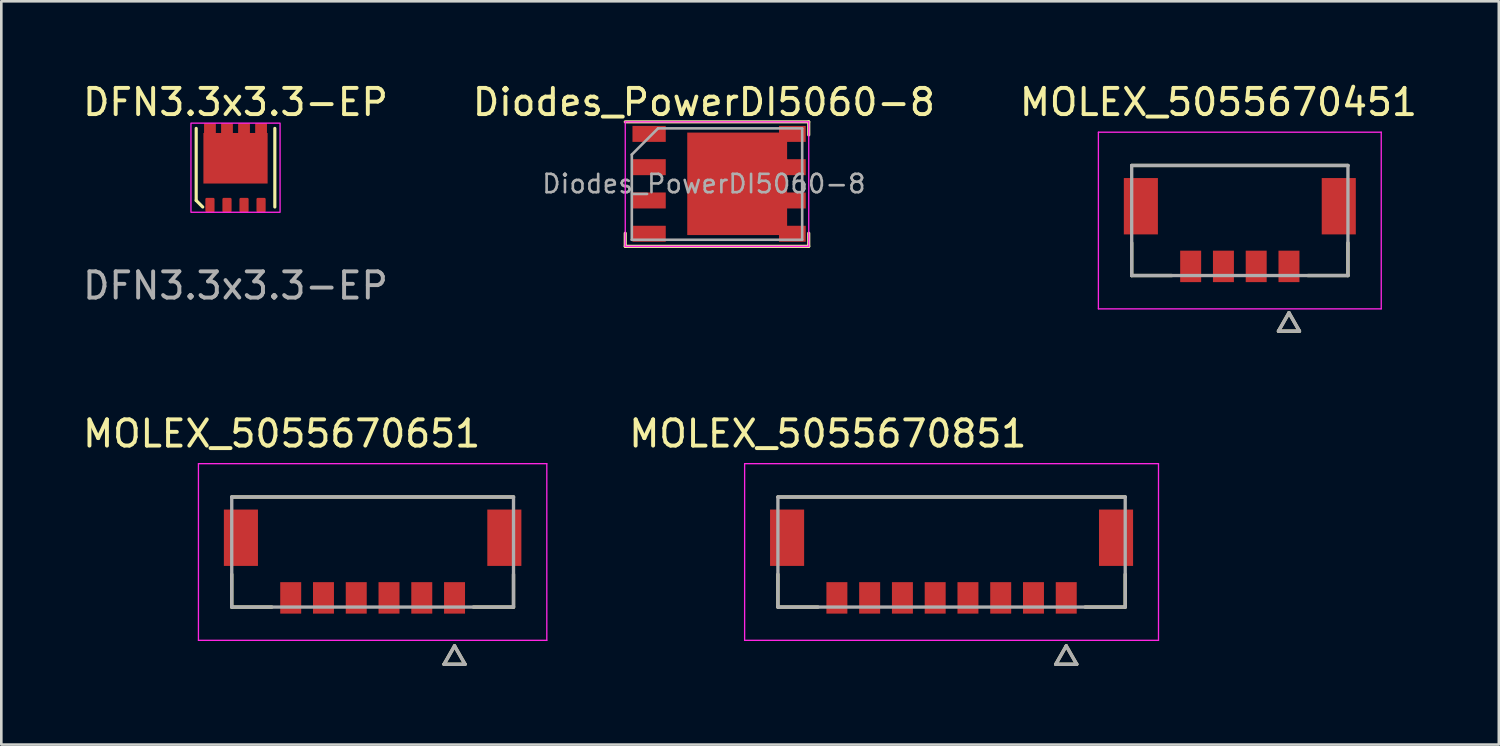
<source format=kicad_pcb>
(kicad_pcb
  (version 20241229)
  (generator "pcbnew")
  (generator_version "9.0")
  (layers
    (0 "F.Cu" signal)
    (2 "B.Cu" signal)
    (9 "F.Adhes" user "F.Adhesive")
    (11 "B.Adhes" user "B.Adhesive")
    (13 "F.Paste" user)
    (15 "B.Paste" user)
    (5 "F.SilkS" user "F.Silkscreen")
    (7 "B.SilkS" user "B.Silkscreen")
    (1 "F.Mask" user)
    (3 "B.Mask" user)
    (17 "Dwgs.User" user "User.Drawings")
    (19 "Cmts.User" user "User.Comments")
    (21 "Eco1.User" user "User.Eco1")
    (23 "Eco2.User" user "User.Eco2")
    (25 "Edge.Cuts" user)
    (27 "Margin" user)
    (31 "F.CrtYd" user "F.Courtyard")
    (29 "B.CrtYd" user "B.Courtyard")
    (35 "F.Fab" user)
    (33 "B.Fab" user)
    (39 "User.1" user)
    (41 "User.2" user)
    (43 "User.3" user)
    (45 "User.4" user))
  (footprint "MOLEX_5055670851"
    (layer "F.Cu")
    (at 33.253 18.01)
    (property "Reference" "MOLEX_5055670851" (at -4.72 -4.515 0) (layer "F.SilkS") (effects (font (size 1 1) (thickness 0.15))))
    (attr through_hole)
    (fp_poly (pts (xy -7.001 -1.696) (xy -5.549 -1.696) (xy -5.549 0.606) (xy -7.001 0.606)) (stroke (width 0.01) (type solid)) (fill yes) (layer "F.Mask"))
    (fp_poly (pts (xy -4.851 1.074) (xy -3.899 1.074) (xy -3.899 2.426) (xy -4.851 2.426)) (stroke (width 0.01) (type solid)) (fill yes) (layer "F.Mask"))
    (fp_poly (pts (xy -3.601 1.074) (xy -2.649 1.074) (xy -2.649 2.426) (xy -3.601 2.426)) (stroke (width 0.01) (type solid)) (fill yes) (layer "F.Mask"))
    (fp_poly (pts (xy -2.351 1.074) (xy -1.399 1.074) (xy -1.399 2.426) (xy -2.351 2.426)) (stroke (width 0.01) (type solid)) (fill yes) (layer "F.Mask"))
    (fp_poly (pts (xy -1.101 1.074) (xy -0.149 1.074) (xy -0.149 2.426) (xy -1.101 2.426)) (stroke (width 0.01) (type solid)) (fill yes) (layer "F.Mask"))
    (fp_poly (pts (xy 0.149 1.074) (xy 1.101 1.074) (xy 1.101 2.426) (xy 0.149 2.426)) (stroke (width 0.01) (type solid)) (fill yes) (layer "F.Mask"))
    (fp_poly (pts (xy 1.399 1.074) (xy 2.351 1.074) (xy 2.351 2.426) (xy 1.399 2.426)) (stroke (width 0.01) (type solid)) (fill yes) (layer "F.Mask"))
    (fp_poly (pts (xy 2.649 1.074) (xy 3.601 1.074) (xy 3.601 2.426) (xy 2.649 2.426)) (stroke (width 0.01) (type solid)) (fill yes) (layer "F.Mask"))
    (fp_poly (pts (xy 3.899 1.074) (xy 4.851 1.074) (xy 4.851 2.426) (xy 3.899 2.426)) (stroke (width 0.01) (type solid)) (fill yes) (layer "F.Mask"))
    (fp_poly (pts (xy 5.549 -1.696) (xy 7.001 -1.696) (xy 7.001 0.606) (xy 5.549 0.606)) (stroke (width 0.01) (type solid)) (fill yes) (layer "F.Mask"))
    (fp_line (start -6.625 2.1) (end -6.625 0.85) (stroke (width 0.127) (type solid)) (layer "F.SilkS"))
    (fp_line (start -5.095 2.1) (end -6.625 2.1) (stroke (width 0.127) (type solid)) (layer "F.SilkS"))
    (fp_line (start 3.975 4.282) (end 4.775 4.282) (stroke (width 0.127) (type solid)) (layer "F.SilkS"))
    (fp_line (start 4.375 3.582) (end 3.975 4.282) (stroke (width 0.127) (type solid)) (layer "F.SilkS"))
    (fp_line (start 4.775 4.282) (end 4.375 3.582) (stroke (width 0.127) (type solid)) (layer "F.SilkS"))
    (fp_line (start 6.625 -2.1) (end -6.625 -2.1) (stroke (width 0.127) (type solid)) (layer "F.SilkS"))
    (fp_line (start 6.625 0.85) (end 6.625 2.1) (stroke (width 0.127) (type solid)) (layer "F.SilkS"))
    (fp_line (start 6.625 2.1) (end 5.095 2.1) (stroke (width 0.127) (type solid)) (layer "F.SilkS"))
    (fp_line (start -7.895 -3.37) (end 7.895 -3.37) (stroke (width 0.05) (type solid)) (layer "F.CrtYd"))
    (fp_line (start -7.895 3.37) (end -7.895 -3.37) (stroke (width 0.05) (type solid)) (layer "F.CrtYd"))
    (fp_line (start -7.895 3.37) (end 7.895 3.37) (stroke (width 0.05) (type solid)) (layer "F.CrtYd"))
    (fp_line (start 7.895 -3.37) (end 7.895 3.37) (stroke (width 0.05) (type solid)) (layer "F.CrtYd"))
    (fp_line (start -6.625 -2.1) (end 6.625 -2.1) (stroke (width 0.127) (type solid)) (layer "F.Fab"))
    (fp_line (start -6.625 2.1) (end -6.625 -2.1) (stroke (width 0.127) (type solid)) (layer "F.Fab"))
    (fp_line (start 3.975 4.282) (end 4.775 4.282) (stroke (width 0.127) (type solid)) (layer "F.Fab"))
    (fp_line (start 4.375 3.582) (end 3.975 4.282) (stroke (width 0.127) (type solid)) (layer "F.Fab"))
    (fp_line (start 4.775 4.282) (end 4.375 3.582) (stroke (width 0.127) (type solid)) (layer "F.Fab"))
    (fp_line (start 6.625 -2.1) (end 6.625 2.1) (stroke (width 0.127) (type solid)) (layer "F.Fab"))
    (fp_line (start 6.625 2.1) (end -6.625 2.1) (stroke (width 0.127) (type solid)) (layer "F.Fab"))
    (pad "1" smd rect (at 4.375 1.75) (size 0.8 1.2) (layers "F.Cu" "F.Paste"))
    (pad "2" smd rect (at 3.125 1.75) (size 0.8 1.2) (layers "F.Cu" "F.Paste"))
    (pad "3" smd rect (at 1.875 1.75) (size 0.8 1.2) (layers "F.Cu" "F.Paste"))
    (pad "4" smd rect (at 0.625 1.75) (size 0.8 1.2) (layers "F.Cu" "F.Paste"))
    (pad "5" smd rect (at -0.625 1.75) (size 0.8 1.2) (layers "F.Cu" "F.Paste"))
    (pad "6" smd rect (at -1.875 1.75) (size 0.8 1.2) (layers "F.Cu" "F.Paste"))
    (pad "7" smd rect (at -3.125 1.75) (size 0.8 1.2) (layers "F.Cu" "F.Paste"))
    (pad "8" smd rect (at -4.375 1.75) (size 0.8 1.2) (layers "F.Cu" "F.Paste"))
    (pad "MP" smd rect (at -6.275 -0.545) (size 1.3 2.15) (layers "F.Cu" "F.Paste"))
    (pad "MP" smd rect (at 6.275 -0.545) (size 1.3 2.15) (layers "F.Cu" "F.Paste"))
    (zone (net_name "") (layer "F.Cu") (hatch full 0.508) (connect_pads) (min_thickness 0.01) (filled_areas_thickness no) (keepout (tracks not_allowed) (vias not_allowed) (pads not_allowed) (copperpour not_allowed) (footprints allowed)) (placement (enabled no)) (fill) (polygon (pts (xy 28.478 20.56) (xy 26.028 20.56) (xy 26.028 18.54) (xy 27.628 18.54) (xy 27.628 16.39) (xy 26.828 16.39) (xy 26.828 15.09) (xy 29.028 15.09) (xy 29.028 19.16) (xy 28.478 19.16))))
    (zone (net_name "") (layer "F.Cu") (hatch full 0.508) (connect_pads) (min_thickness 0.01) (filled_areas_thickness no) (keepout (tracks not_allowed) (vias not_allowed) (pads not_allowed) (copperpour not_allowed) (footprints allowed)) (placement (enabled no)) (fill) (polygon (pts (xy 37.478 15.09) (xy 37.478 19.16) (xy 38.028 19.16) (xy 38.028 20.56) (xy 40.478 20.56) (xy 40.478 18.54) (xy 38.878 18.54) (xy 38.878 16.39) (xy 39.678 16.39) (xy 39.678 15.09))))
    (zone (net_name "") (layers "F.Cu" "B.Cu") (hatch full 0.508) (connect_pads) (min_thickness 0.01) (filled_areas_thickness no) (keepout (tracks allowed) (vias not_allowed) (pads allowed) (copperpour allowed) (footprints allowed)) (placement (enabled no)) (fill) (polygon (pts (xy 28.478 20.56) (xy 26.028 20.56) (xy 26.028 18.54) (xy 27.628 18.54) (xy 27.628 16.39) (xy 26.828 16.39) (xy 26.828 15.09) (xy 29.028 15.09) (xy 29.028 19.16) (xy 28.478 19.16))))
    (zone (net_name "") (layers "F.Cu" "B.Cu") (hatch full 0.508) (connect_pads) (min_thickness 0.01) (filled_areas_thickness no) (keepout (tracks allowed) (vias not_allowed) (pads allowed) (copperpour allowed) (footprints allowed)) (placement (enabled no)) (fill) (polygon (pts (xy 37.478 15.09) (xy 37.478 19.16) (xy 38.028 19.16) (xy 38.028 20.56) (xy 40.478 20.56) (xy 40.478 18.54) (xy 38.878 18.54) (xy 38.878 16.39) (xy 39.678 16.39) (xy 39.678 15.09)))))
  (footprint "MOLEX_5055670651"
    (layer "F.Cu")
    (at 11.166 18.01)
    (property "Reference" "MOLEX_5055670651" (at -3.47 -4.515 0) (layer "F.SilkS") (effects (font (size 1 1) (thickness 0.15))))
    (attr through_hole)
    (fp_poly (pts (xy -5.751 -1.696) (xy -4.299 -1.696) (xy -4.299 0.606) (xy -5.751 0.606)) (stroke (width 0.01) (type solid)) (fill yes) (layer "F.Mask"))
    (fp_poly (pts (xy -3.601 1.074) (xy -2.649 1.074) (xy -2.649 2.426) (xy -3.601 2.426)) (stroke (width 0.01) (type solid)) (fill yes) (layer "F.Mask"))
    (fp_poly (pts (xy -2.351 1.074) (xy -1.399 1.074) (xy -1.399 2.426) (xy -2.351 2.426)) (stroke (width 0.01) (type solid)) (fill yes) (layer "F.Mask"))
    (fp_poly (pts (xy -1.101 1.074) (xy -0.149 1.074) (xy -0.149 2.426) (xy -1.101 2.426)) (stroke (width 0.01) (type solid)) (fill yes) (layer "F.Mask"))
    (fp_poly (pts (xy 0.149 1.074) (xy 1.101 1.074) (xy 1.101 2.426) (xy 0.149 2.426)) (stroke (width 0.01) (type solid)) (fill yes) (layer "F.Mask"))
    (fp_poly (pts (xy 1.399 1.074) (xy 2.351 1.074) (xy 2.351 2.426) (xy 1.399 2.426)) (stroke (width 0.01) (type solid)) (fill yes) (layer "F.Mask"))
    (fp_poly (pts (xy 2.649 1.074) (xy 3.601 1.074) (xy 3.601 2.426) (xy 2.649 2.426)) (stroke (width 0.01) (type solid)) (fill yes) (layer "F.Mask"))
    (fp_poly (pts (xy 4.299 -1.696) (xy 5.751 -1.696) (xy 5.751 0.606) (xy 4.299 0.606)) (stroke (width 0.01) (type solid)) (fill yes) (layer "F.Mask"))
    (fp_line (start -5.375 2.1) (end -5.375 0.85) (stroke (width 0.127) (type solid)) (layer "F.SilkS"))
    (fp_line (start -3.845 2.1) (end -5.375 2.1) (stroke (width 0.127) (type solid)) (layer "F.SilkS"))
    (fp_line (start 2.725 4.282) (end 3.525 4.282) (stroke (width 0.127) (type solid)) (layer "F.SilkS"))
    (fp_line (start 3.125 3.582) (end 2.725 4.282) (stroke (width 0.127) (type solid)) (layer "F.SilkS"))
    (fp_line (start 3.525 4.282) (end 3.125 3.582) (stroke (width 0.127) (type solid)) (layer "F.SilkS"))
    (fp_line (start 5.375 -2.1) (end -5.375 -2.1) (stroke (width 0.127) (type solid)) (layer "F.SilkS"))
    (fp_line (start 5.375 0.85) (end 5.375 2.1) (stroke (width 0.127) (type solid)) (layer "F.SilkS"))
    (fp_line (start 5.375 2.1) (end 3.845 2.1) (stroke (width 0.127) (type solid)) (layer "F.SilkS"))
    (fp_line (start -6.645 -3.37) (end 6.645 -3.37) (stroke (width 0.05) (type solid)) (layer "F.CrtYd"))
    (fp_line (start -6.645 3.37) (end -6.645 -3.37) (stroke (width 0.05) (type solid)) (layer "F.CrtYd"))
    (fp_line (start -6.645 3.37) (end 6.645 3.37) (stroke (width 0.05) (type solid)) (layer "F.CrtYd"))
    (fp_line (start 6.645 -3.37) (end 6.645 3.37) (stroke (width 0.05) (type solid)) (layer "F.CrtYd"))
    (fp_line (start -5.375 -2.1) (end 5.375 -2.1) (stroke (width 0.127) (type solid)) (layer "F.Fab"))
    (fp_line (start -5.375 2.1) (end -5.375 -2.1) (stroke (width 0.127) (type solid)) (layer "F.Fab"))
    (fp_line (start 2.725 4.282) (end 3.525 4.282) (stroke (width 0.127) (type solid)) (layer "F.Fab"))
    (fp_line (start 3.125 3.582) (end 2.725 4.282) (stroke (width 0.127) (type solid)) (layer "F.Fab"))
    (fp_line (start 3.525 4.282) (end 3.125 3.582) (stroke (width 0.127) (type solid)) (layer "F.Fab"))
    (fp_line (start 5.375 -2.1) (end 5.375 2.1) (stroke (width 0.127) (type solid)) (layer "F.Fab"))
    (fp_line (start 5.375 2.1) (end -5.375 2.1) (stroke (width 0.127) (type solid)) (layer "F.Fab"))
    (pad "1" smd rect (at 3.125 1.75) (size 0.8 1.2) (layers "F.Cu" "F.Paste"))
    (pad "2" smd rect (at 1.875 1.75) (size 0.8 1.2) (layers "F.Cu" "F.Paste"))
    (pad "3" smd rect (at 0.625 1.75) (size 0.8 1.2) (layers "F.Cu" "F.Paste"))
    (pad "4" smd rect (at -0.625 1.75) (size 0.8 1.2) (layers "F.Cu" "F.Paste"))
    (pad "5" smd rect (at -1.875 1.75) (size 0.8 1.2) (layers "F.Cu" "F.Paste"))
    (pad "6" smd rect (at -3.125 1.75) (size 0.8 1.2) (layers "F.Cu" "F.Paste"))
    (pad "MP" smd rect (at -5.025 -0.545) (size 1.3 2.15) (layers "F.Cu" "F.Paste"))
    (pad "MP" smd rect (at 5.025 -0.545) (size 1.3 2.15) (layers "F.Cu" "F.Paste"))
    (zone (net_name "") (layer "F.Cu") (hatch full 0.508) (connect_pads) (min_thickness 0.01) (filled_areas_thickness no) (keepout (tracks not_allowed) (vias not_allowed) (pads not_allowed) (copperpour not_allowed) (footprints allowed)) (placement (enabled no)) (fill) (polygon (pts (xy 7.641 20.56) (xy 5.191 20.56) (xy 5.191 18.54) (xy 6.791 18.54) (xy 6.791 16.39) (xy 5.991 16.39) (xy 5.991 15.09) (xy 8.191 15.09) (xy 8.191 19.16) (xy 7.641 19.16))))
    (zone (net_name "") (layer "F.Cu") (hatch full 0.508) (connect_pads) (min_thickness 0.01) (filled_areas_thickness no) (keepout (tracks not_allowed) (vias not_allowed) (pads not_allowed) (copperpour not_allowed) (footprints allowed)) (placement (enabled no)) (fill) (polygon (pts (xy 14.141 15.09) (xy 14.141 19.16) (xy 14.691 19.16) (xy 14.691 20.56) (xy 17.141 20.56) (xy 17.141 18.54) (xy 15.541 18.54) (xy 15.541 16.39) (xy 16.341 16.39) (xy 16.341 15.09))))
    (zone (net_name "") (layers "F.Cu" "B.Cu") (hatch full 0.508) (connect_pads) (min_thickness 0.01) (filled_areas_thickness no) (keepout (tracks allowed) (vias not_allowed) (pads allowed) (copperpour allowed) (footprints allowed)) (placement (enabled no)) (fill) (polygon (pts (xy 7.641 20.56) (xy 5.191 20.56) (xy 5.191 18.54) (xy 6.791 18.54) (xy 6.791 16.39) (xy 5.991 16.39) (xy 5.991 15.09) (xy 8.191 15.09) (xy 8.191 19.16) (xy 7.641 19.16))))
    (zone (net_name "") (layers "F.Cu" "B.Cu") (hatch full 0.508) (connect_pads) (min_thickness 0.01) (filled_areas_thickness no) (keepout (tracks allowed) (vias not_allowed) (pads allowed) (copperpour allowed) (footprints allowed)) (placement (enabled no)) (fill) (polygon (pts (xy 14.141 15.09) (xy 14.141 19.16) (xy 14.691 19.16) (xy 14.691 20.56) (xy 17.141 20.56) (xy 17.141 18.54) (xy 15.541 18.54) (xy 15.541 16.39) (xy 16.341 16.39) (xy 16.341 15.09)))))
  (footprint "Diodes_PowerDI5060-8"
    (layer "F.Cu")
    (at 23.804 3.963)
    (property "Reference" "Diodes_PowerDI5060-8" (at 0 -3.115 0) (layer "F.SilkS") (effects (font (size 1 1) (thickness 0.15))))
    (attr smd)
    (fp_line (start -3 1.885) (end -3 2.385) (stroke (width 0.12) (type solid)) (layer "F.SilkS"))
    (fp_line (start -3 2.385) (end 4 2.385) (stroke (width 0.12) (type solid)) (layer "F.SilkS"))
    (fp_line (start 4 -2.365) (end -3 -2.365) (stroke (width 0.12) (type solid)) (layer "F.SilkS"))
    (fp_line (start 4 -2.365) (end 4 -1.865) (stroke (width 0.12) (type solid)) (layer "F.SilkS"))
    (fp_line (start 4 1.885) (end 4 2.385) (stroke (width 0.12) (type solid)) (layer "F.SilkS"))
    (fp_line (start -3 -2.365) (end -3 2.385) (stroke (width 0.05) (type solid)) (layer "F.CrtYd"))
    (fp_line (start -3 2.385) (end 4 2.385) (stroke (width 0.05) (type solid)) (layer "F.CrtYd"))
    (fp_line (start 4 -2.365) (end -3 -2.365) (stroke (width 0.05) (type solid)) (layer "F.CrtYd"))
    (fp_line (start 4 2.385) (end 4 -2.365) (stroke (width 0.05) (type solid)) (layer "F.CrtYd"))
    (fp_line (start -2.75 -1.115) (end -2.75 2.135) (stroke (width 0.1) (type solid)) (layer "F.Fab"))
    (fp_line (start -2.75 2.135) (end 3.75 2.135) (stroke (width 0.1) (type solid)) (layer "F.Fab"))
    (fp_line (start -1.75 -2.115) (end -2.75 -1.115) (stroke (width 0.1) (type solid)) (layer "F.Fab"))
    (fp_line (start 3.75 -2.115) (end -1.75 -2.115) (stroke (width 0.1) (type solid)) (layer "F.Fab"))
    (fp_line (start 3.75 2.135) (end 3.75 -2.115) (stroke (width 0.1) (type solid)) (layer "F.Fab"))
    (fp_text user "${REFERENCE}" (at 0 0 0) (layer "F.Fab") (effects (font (size 0.7 0.7) (thickness 0.1))))
    (pad "1" smd rect (at -2.09 -1.905) (size 1.27 0.61) (layers "F.Cu" "F.Mask" "F.Paste"))
    (pad "1" smd rect (at -2.09 -0.635) (size 1.27 0.61) (layers "F.Cu" "F.Mask" "F.Paste"))
    (pad "1" smd rect (at -2.09 0.635) (size 1.27 0.61) (layers "F.Cu" "F.Mask" "F.Paste"))
    (pad "2" smd rect (at -2.09 1.905) (size 1.27 0.61) (layers "F.Cu" "F.Mask" "F.Paste"))
    (pad "3" smd custom (at 1.27 0) (size 3.81 3.91) (layers "F.Cu" "F.Mask") (options (anchor rect)) (primitives (gr_poly (pts (xy 2.615 2.21) (xy 1.595 2.21) (xy 1.595 1.6) (xy 2.615 1.6)) (width 0) (fill yes)) (gr_poly (pts (xy 2.615 0.94) (xy 0.855 0.94) (xy 0.855 0.33) (xy 2.615 0.33)) (width 0) (fill yes)) (gr_poly (pts (xy 2.615 -0.33) (xy 0.855 -0.33) (xy 0.855 -0.94) (xy 2.615 -0.94)) (width 0) (fill yes)) (gr_poly (pts (xy 2.615 -1.6) (xy 1.595 -1.6) (xy 1.595 -2.21) (xy 2.615 -2.21)) (width 0) (fill yes)))))
  (footprint "MOLEX_5055670451"
    (layer "F.Cu")
    (at 44.25 5.363)
    (property "Reference" "MOLEX_5055670451" (at -0.815 -4.515 0) (layer "F.SilkS") (effects (font (size 1 1) (thickness 0.15))))
    (attr through_hole)
    (fp_poly (pts (xy -4.501 -1.696) (xy -3.049 -1.696) (xy -3.049 0.606) (xy -4.501 0.606)) (stroke (width 0.01) (type solid)) (fill yes) (layer "F.Mask"))
    (fp_poly (pts (xy -2.351 1.074) (xy -1.399 1.074) (xy -1.399 2.426) (xy -2.351 2.426)) (stroke (width 0.01) (type solid)) (fill yes) (layer "F.Mask"))
    (fp_poly (pts (xy -1.101 1.074) (xy -0.149 1.074) (xy -0.149 2.426) (xy -1.101 2.426)) (stroke (width 0.01) (type solid)) (fill yes) (layer "F.Mask"))
    (fp_poly (pts (xy 0.149 1.074) (xy 1.101 1.074) (xy 1.101 2.426) (xy 0.149 2.426)) (stroke (width 0.01) (type solid)) (fill yes) (layer "F.Mask"))
    (fp_poly (pts (xy 1.399 1.074) (xy 2.351 1.074) (xy 2.351 2.426) (xy 1.399 2.426)) (stroke (width 0.01) (type solid)) (fill yes) (layer "F.Mask"))
    (fp_poly (pts (xy 3.049 -1.696) (xy 4.501 -1.696) (xy 4.501 0.606) (xy 3.049 0.606)) (stroke (width 0.01) (type solid)) (fill yes) (layer "F.Mask"))
    (fp_line (start -4.125 2.1) (end -4.125 0.85) (stroke (width 0.127) (type solid)) (layer "F.SilkS"))
    (fp_line (start -2.595 2.1) (end -4.125 2.1) (stroke (width 0.127) (type solid)) (layer "F.SilkS"))
    (fp_line (start 1.475 4.22) (end 2.275 4.22) (stroke (width 0.127) (type solid)) (layer "F.SilkS"))
    (fp_line (start 1.875 3.52) (end 1.475 4.22) (stroke (width 0.127) (type solid)) (layer "F.SilkS"))
    (fp_line (start 2.275 4.22) (end 1.875 3.52) (stroke (width 0.127) (type solid)) (layer "F.SilkS"))
    (fp_line (start 4.125 -2.1) (end -4.125 -2.1) (stroke (width 0.127) (type solid)) (layer "F.SilkS"))
    (fp_line (start 4.125 0.85) (end 4.125 2.1) (stroke (width 0.127) (type solid)) (layer "F.SilkS"))
    (fp_line (start 4.125 2.1) (end 2.595 2.1) (stroke (width 0.127) (type solid)) (layer "F.SilkS"))
    (fp_line (start -5.395 -3.37) (end 5.395 -3.37) (stroke (width 0.05) (type solid)) (layer "F.CrtYd"))
    (fp_line (start -5.395 3.37) (end -5.395 -3.37) (stroke (width 0.05) (type solid)) (layer "F.CrtYd"))
    (fp_line (start -5.395 3.37) (end 5.395 3.37) (stroke (width 0.05) (type solid)) (layer "F.CrtYd"))
    (fp_line (start 5.395 -3.37) (end 5.395 3.37) (stroke (width 0.05) (type solid)) (layer "F.CrtYd"))
    (fp_line (start -4.125 -2.1) (end 4.125 -2.1) (stroke (width 0.127) (type solid)) (layer "F.Fab"))
    (fp_line (start -4.125 2.1) (end -4.125 -2.1) (stroke (width 0.127) (type solid)) (layer "F.Fab"))
    (fp_line (start 1.475 4.22) (end 2.275 4.22) (stroke (width 0.127) (type solid)) (layer "F.Fab"))
    (fp_line (start 1.875 3.52) (end 1.475 4.22) (stroke (width 0.127) (type solid)) (layer "F.Fab"))
    (fp_line (start 2.275 4.22) (end 1.875 3.52) (stroke (width 0.127) (type solid)) (layer "F.Fab"))
    (fp_line (start 4.125 -2.1) (end 4.125 2.1) (stroke (width 0.127) (type solid)) (layer "F.Fab"))
    (fp_line (start 4.125 2.1) (end -4.125 2.1) (stroke (width 0.127) (type solid)) (layer "F.Fab"))
    (pad "1" smd rect (at 1.875 1.75) (size 0.8 1.2) (layers "F.Cu" "F.Paste"))
    (pad "2" smd rect (at 0.625 1.75) (size 0.8 1.2) (layers "F.Cu" "F.Paste"))
    (pad "3" smd rect (at -0.625 1.75) (size 0.8 1.2) (layers "F.Cu" "F.Paste"))
    (pad "4" smd rect (at -1.875 1.75) (size 0.8 1.2) (layers "F.Cu" "F.Paste"))
    (pad "MP" smd rect (at -3.775 -0.545) (size 1.3 2.15) (layers "F.Cu" "F.Paste"))
    (pad "MP" smd rect (at 3.775 -0.545) (size 1.3 2.15) (layers "F.Cu" "F.Paste"))
    (zone (net_name "") (layer "F.Cu") (hatch full 0.508) (connect_pads) (min_thickness 0.01) (filled_areas_thickness no) (keepout (tracks not_allowed) (vias not_allowed) (pads not_allowed) (copperpour not_allowed) (footprints allowed)) (placement (enabled no)) (fill) (polygon (pts (xy 41.975 7.913) (xy 39.525 7.913) (xy 39.525 5.893) (xy 41.125 5.893) (xy 41.125 3.743) (xy 40.325 3.743) (xy 40.325 2.443) (xy 42.525 2.443) (xy 42.525 6.513) (xy 41.975 6.513))))
    (zone (net_name "") (layer "F.Cu") (hatch full 0.508) (connect_pads) (min_thickness 0.01) (filled_areas_thickness no) (keepout (tracks not_allowed) (vias not_allowed) (pads not_allowed) (copperpour not_allowed) (footprints allowed)) (placement (enabled no)) (fill) (polygon (pts (xy 45.975 2.443) (xy 45.975 6.513) (xy 46.525 6.513) (xy 46.525 7.913) (xy 48.975 7.913) (xy 48.975 5.893) (xy 47.375 5.893) (xy 47.375 3.743) (xy 48.175 3.743) (xy 48.175 2.443))))
    (zone (net_name "") (layers "F.Cu" "B.Cu") (hatch full 0.508) (connect_pads) (min_thickness 0.01) (filled_areas_thickness no) (keepout (tracks allowed) (vias not_allowed) (pads allowed) (copperpour allowed) (footprints allowed)) (placement (enabled no)) (fill) (polygon (pts (xy 41.975 7.913) (xy 39.525 7.913) (xy 39.525 5.893) (xy 41.125 5.893) (xy 41.125 3.743) (xy 40.325 3.743) (xy 40.325 2.443) (xy 42.525 2.443) (xy 42.525 6.513) (xy 41.975 6.513))))
    (zone (net_name "") (layers "F.Cu" "B.Cu") (hatch full 0.508) (connect_pads) (min_thickness 0.01) (filled_areas_thickness no) (keepout (tracks allowed) (vias not_allowed) (pads allowed) (copperpour allowed) (footprints allowed)) (placement (enabled no)) (fill) (polygon (pts (xy 45.975 2.443) (xy 45.975 6.513) (xy 46.525 6.513) (xy 46.525 7.913) (xy 48.975 7.913) (xy 48.975 5.893) (xy 47.375 5.893) (xy 47.375 3.743) (xy 48.175 3.743) (xy 48.175 2.443)))))
  (footprint "DFN3.3x3.3-EP"
    (layer "F.Cu")
    (at 5.935 3.348)
    (property "Reference" "DFN3.3x3.3-EP" (at 0 -2.5 0) (unlocked yes) (layer "F.SilkS") (effects (font (size 1 1) (thickness 0.15))))
    (attr smd)
    (fp_line (start -1.5 -1.5) (end -1.5 1.25) (stroke (width 0.12) (type solid)) (layer "F.SilkS"))
    (fp_line (start -1.5 1.25) (end -1.25 1.5) (stroke (width 0.12) (type solid)) (layer "F.SilkS"))
    (fp_line (start 1.5 -1.5) (end 1.5 1.5) (stroke (width 0.12) (type solid)) (layer "F.SilkS"))
    (fp_rect (start -1.7 -1.7) (end 1.7 1.7) (stroke (width 0.05) (type solid)) (fill no) (layer "F.CrtYd"))
    (fp_text user "${REFERENCE}" (at 0 4.5 0) (unlocked yes) (layer "F.Fab") (effects (font (size 1 1) (thickness 0.15))))
    (pad "1" smd roundrect (at -0.975 1.425) (size 0.35 0.55) (layers "F.Cu" "F.Mask" "F.Paste") (roundrect_rratio 0.143))
    (pad "1" smd roundrect (at -0.325 1.425) (size 0.35 0.55) (layers "F.Cu" "F.Mask" "F.Paste") (roundrect_rratio 0.143))
    (pad "1" smd roundrect (at 0.325 1.425) (size 0.35 0.55) (layers "F.Cu" "F.Mask" "F.Paste") (roundrect_rratio 0.143))
    (pad "2" smd roundrect (at 0.975 1.425) (size 0.35 0.55) (layers "F.Cu" "F.Mask" "F.Paste") (roundrect_rratio 0.143))
    (pad "3" smd custom (at 0 -0.36) (size 2.45 1.93) (layers "F.Cu" "F.Mask" "F.Paste") (options (anchor rect)) (primitives (gr_poly (pts (xy -1.175 -0.965) (xy -0.775 -0.965) (xy -0.775 -1.315) (xy -1.175 -1.315)) (width 0.05) (fill yes)) (gr_poly (pts (xy -0.525 -0.965) (xy -0.125 -0.965) (xy -0.125 -1.315) (xy -0.525 -1.315)) (width 0.05) (fill yes)) (gr_poly (pts (xy 0.125 -0.965) (xy 0.525 -0.965) (xy 0.525 -1.315) (xy 0.125 -1.315)) (width 0.05) (fill yes)) (gr_poly (pts (xy 0.775 -0.965) (xy 1.175 -0.965) (xy 1.175 -1.315) (xy 0.775 -1.315)) (width 0.05) (fill yes)))))
  (gr_rect
    (start -3 -3)
    (end 54.131 25.355)
    (stroke (width 0.1) (type default))
    (fill no)
    (layer "Edge.Cuts")))
</source>
